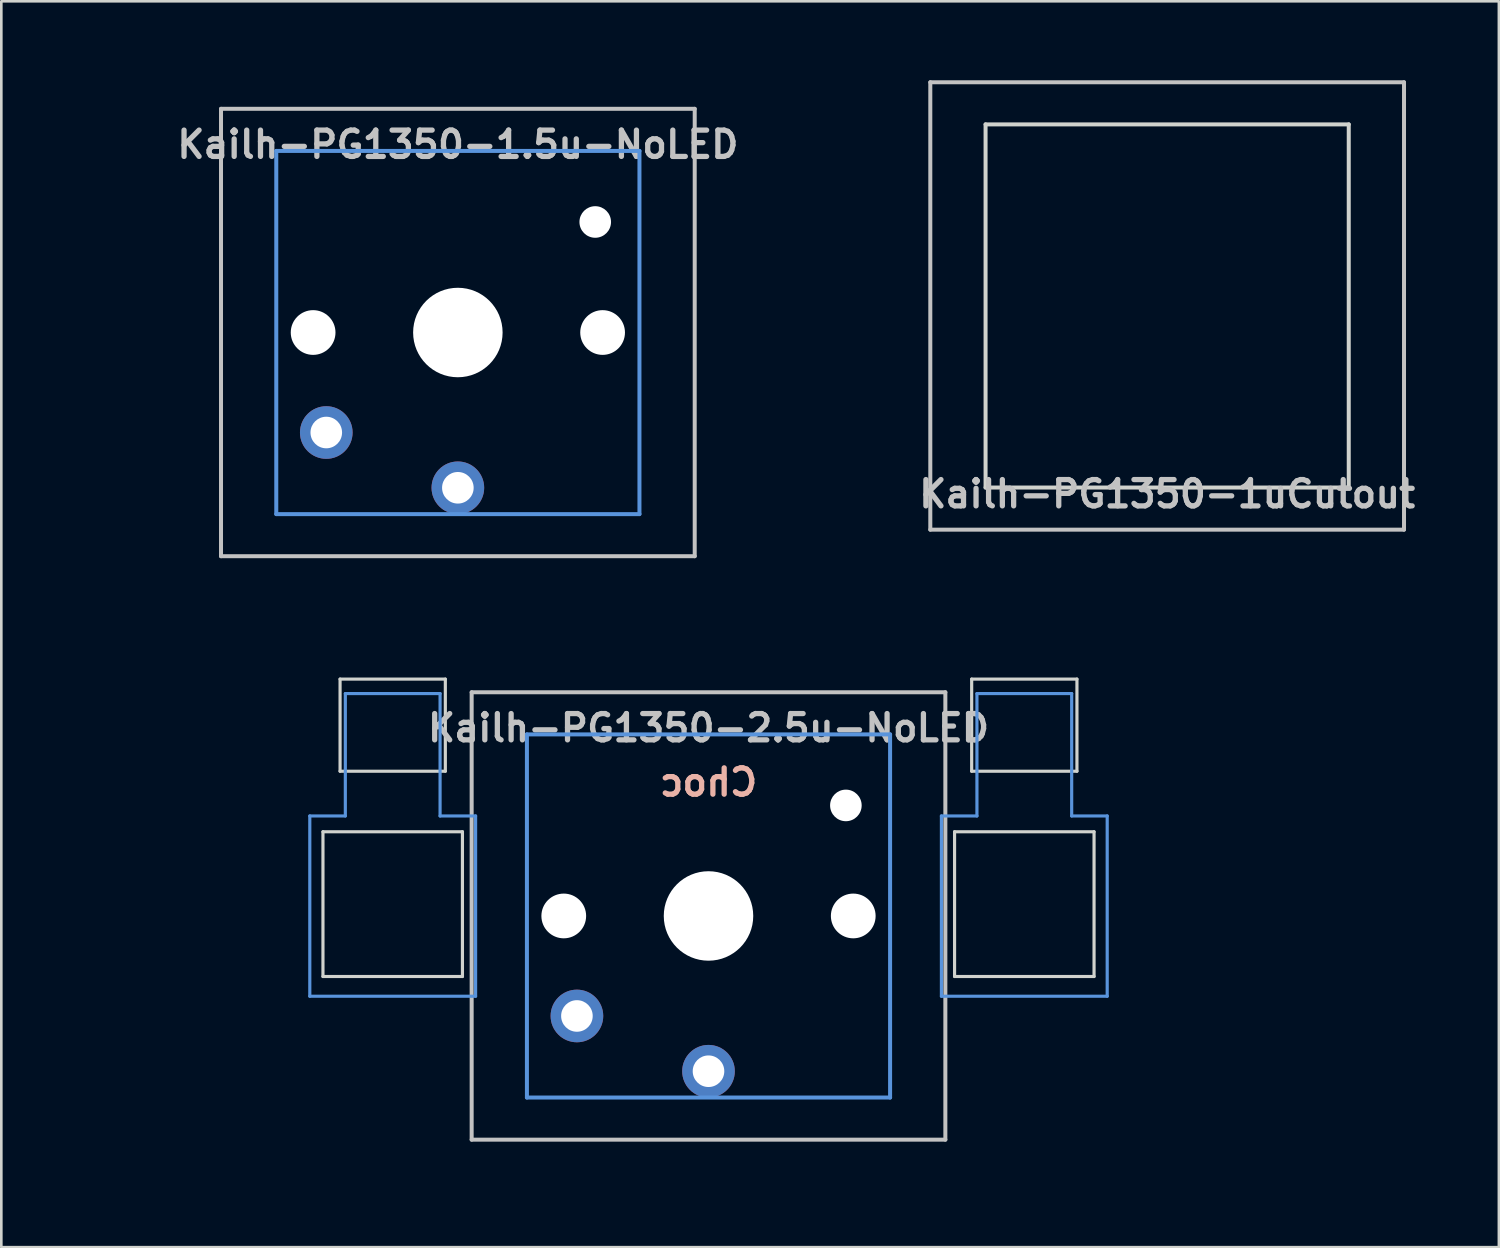
<source format=kicad_pcb>
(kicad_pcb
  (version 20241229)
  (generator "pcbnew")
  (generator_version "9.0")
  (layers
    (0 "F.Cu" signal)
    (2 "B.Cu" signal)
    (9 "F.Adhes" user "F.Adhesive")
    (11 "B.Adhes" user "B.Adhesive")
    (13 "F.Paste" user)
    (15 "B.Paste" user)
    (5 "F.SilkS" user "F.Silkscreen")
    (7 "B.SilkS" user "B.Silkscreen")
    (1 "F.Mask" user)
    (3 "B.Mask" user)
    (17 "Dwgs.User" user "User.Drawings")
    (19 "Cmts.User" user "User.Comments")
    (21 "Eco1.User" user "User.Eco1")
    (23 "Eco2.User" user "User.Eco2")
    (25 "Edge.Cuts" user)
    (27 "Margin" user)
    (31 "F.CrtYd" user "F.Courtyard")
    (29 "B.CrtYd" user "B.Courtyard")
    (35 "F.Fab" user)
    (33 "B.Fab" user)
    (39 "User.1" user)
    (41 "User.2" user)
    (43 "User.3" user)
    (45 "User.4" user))
  (footprint "Kailh-PG1350-1uCutout"
    (layer "F.Cu")
    (at 41.3 8.576)
    (property "Reference" "Kailh-PG1350-1uCutout" (at 0 7.144 0) (layer "Dwgs.User") (effects (font (size 1 1) (thickness 0.2))))
    (attr through_hole)
    (fp_line (start -9 -8.5) (end 9 -8.5) (stroke (width 0.152) (type solid)) (layer "Dwgs.User"))
    (fp_line (start -9 8.5) (end -9 -8.5) (stroke (width 0.152) (type solid)) (layer "Dwgs.User"))
    (fp_line (start 9 -8.5) (end 9 8.5) (stroke (width 0.152) (type solid)) (layer "Dwgs.User"))
    (fp_line (start 9 8.5) (end -9 8.5) (stroke (width 0.152) (type solid)) (layer "Dwgs.User"))
    (fp_line (start -6.9 -6.9) (end 6.9 -6.9) (stroke (width 0.152) (type solid)) (layer "Edge.Cuts"))
    (fp_line (start -6.9 6.9) (end -6.9 -6.9) (stroke (width 0.152) (type solid)) (layer "Edge.Cuts"))
    (fp_line (start 6.9 -6.9) (end 6.9 6.9) (stroke (width 0.152) (type solid)) (layer "Edge.Cuts"))
    (fp_line (start 6.9 6.9) (end -6.9 6.9) (stroke (width 0.152) (type solid)) (layer "Edge.Cuts")))
  (footprint "Kailh-PG1350-2.5u-NoLED"
    (layer "F.Cu")
    (at 23.872 31.755)
    (property "Reference" "Kailh-PG1350-2.5u-NoLED" (at 0 -7.144 180) (layer "Dwgs.User") (effects (font (size 1 1) (thickness 0.2))))
    (property "Value" "Choc" (at 0 -5.08 180) (layer "F.SilkS") (hide yes) (effects (font (size 1 1) (thickness 0.2))))
    (attr through_hole)
    (fp_line (start -9 -8.5) (end 9 -8.5) (stroke (width 0.152) (type solid)) (layer "Dwgs.User"))
    (fp_line (start -9 8.5) (end -9 -8.5) (stroke (width 0.152) (type solid)) (layer "Dwgs.User"))
    (fp_line (start 9 -8.5) (end 9 8.5) (stroke (width 0.152) (type solid)) (layer "Dwgs.User"))
    (fp_line (start 9 8.5) (end -9 8.5) (stroke (width 0.152) (type solid)) (layer "Dwgs.User"))
    (fp_line (start -15.15 -3.8) (end -13.8 -3.8) (stroke (width 0.12) (type solid)) (layer "Cmts.User"))
    (fp_line (start -15.15 3.05) (end -15.15 -3.8) (stroke (width 0.12) (type solid)) (layer "Cmts.User"))
    (fp_line (start -15.15 3.05) (end -8.85 3.05) (stroke (width 0.12) (type solid)) (layer "Cmts.User"))
    (fp_line (start -13.8 -8.45) (end -13.8 -3.8) (stroke (width 0.12) (type solid)) (layer "Cmts.User"))
    (fp_line (start -13.8 -8.45) (end -10.2 -8.45) (stroke (width 0.12) (type solid)) (layer "Cmts.User"))
    (fp_line (start -10.2 -8.45) (end -10.2 -3.8) (stroke (width 0.12) (type solid)) (layer "Cmts.User"))
    (fp_line (start -10.2 -3.8) (end -8.85 -3.8) (stroke (width 0.12) (type solid)) (layer "Cmts.User"))
    (fp_line (start -8.85 3.05) (end -8.85 -3.8) (stroke (width 0.12) (type solid)) (layer "Cmts.User"))
    (fp_line (start -6.9 -6.9) (end 6.9 -6.9) (stroke (width 0.152) (type solid)) (layer "Cmts.User"))
    (fp_line (start -6.9 6.9) (end -6.9 -6.9) (stroke (width 0.152) (type solid)) (layer "Cmts.User"))
    (fp_line (start 6.9 -6.9) (end 6.9 6.9) (stroke (width 0.152) (type solid)) (layer "Cmts.User"))
    (fp_line (start 6.9 6.9) (end -6.9 6.9) (stroke (width 0.152) (type solid)) (layer "Cmts.User"))
    (fp_line (start 8.85 -3.8) (end 10.2 -3.8) (stroke (width 0.12) (type solid)) (layer "Cmts.User"))
    (fp_line (start 8.85 3.05) (end 8.85 -3.8) (stroke (width 0.12) (type solid)) (layer "Cmts.User"))
    (fp_line (start 8.85 3.05) (end 15.15 3.05) (stroke (width 0.12) (type solid)) (layer "Cmts.User"))
    (fp_line (start 10.2 -8.45) (end 10.2 -3.8) (stroke (width 0.12) (type solid)) (layer "Cmts.User"))
    (fp_line (start 10.2 -8.45) (end 13.8 -8.45) (stroke (width 0.12) (type solid)) (layer "Cmts.User"))
    (fp_line (start 13.8 -8.45) (end 13.8 -3.8) (stroke (width 0.12) (type solid)) (layer "Cmts.User"))
    (fp_line (start 13.8 -3.8) (end 15.15 -3.8) (stroke (width 0.12) (type solid)) (layer "Cmts.User"))
    (fp_line (start 15.15 3.05) (end 15.15 -3.8) (stroke (width 0.12) (type solid)) (layer "Cmts.User"))
    (fp_line (start -23.812 -9.525) (end -23.812 9.525) (stroke (width 0.12) (type solid)) (layer "Eco1.User"))
    (fp_line (start -23.812 -9.525) (end 23.812 -9.525) (stroke (width 0.12) (type solid)) (layer "Eco1.User"))
    (fp_line (start -23.812 9.525) (end 23.812 9.525) (stroke (width 0.12) (type solid)) (layer "Eco1.User"))
    (fp_line (start 23.812 -9.525) (end 23.812 9.525) (stroke (width 0.12) (type solid)) (layer "Eco1.User"))
    (fp_line (start -7.5 -7.5) (end 7.5 -7.5) (stroke (width 0.152) (type solid)) (layer "Eco2.User"))
    (fp_line (start -7.5 7.5) (end -7.5 -7.5) (stroke (width 0.152) (type solid)) (layer "Eco2.User"))
    (fp_line (start 7.5 -7.5) (end 7.5 7.5) (stroke (width 0.152) (type solid)) (layer "Eco2.User"))
    (fp_line (start 7.5 7.5) (end -7.5 7.5) (stroke (width 0.152) (type solid)) (layer "Eco2.User"))
    (fp_line (start -14.65 -3.2) (end -14.65 2.3) (stroke (width 0.12) (type solid)) (layer "Edge.Cuts"))
    (fp_line (start -14.65 -3.2) (end -9.35 -3.2) (stroke (width 0.12) (type solid)) (layer "Edge.Cuts"))
    (fp_line (start -14.65 2.3) (end -9.35 2.3) (stroke (width 0.12) (type solid)) (layer "Edge.Cuts"))
    (fp_line (start -14 -9) (end -14 -5.5) (stroke (width 0.12) (type solid)) (layer "Edge.Cuts"))
    (fp_line (start -14 -9) (end -10 -9) (stroke (width 0.12) (type solid)) (layer "Edge.Cuts"))
    (fp_line (start -14 -5.5) (end -10 -5.5) (stroke (width 0.12) (type solid)) (layer "Edge.Cuts"))
    (fp_line (start -10 -5.5) (end -10 -9) (stroke (width 0.12) (type solid)) (layer "Edge.Cuts"))
    (fp_line (start -9.35 2.3) (end -9.35 -3.2) (stroke (width 0.12) (type solid)) (layer "Edge.Cuts"))
    (fp_line (start 9.35 -3.2) (end 9.35 2.3) (stroke (width 0.12) (type solid)) (layer "Edge.Cuts"))
    (fp_line (start 9.35 -3.2) (end 14.65 -3.2) (stroke (width 0.12) (type solid)) (layer "Edge.Cuts"))
    (fp_line (start 9.35 2.3) (end 14.65 2.3) (stroke (width 0.12) (type solid)) (layer "Edge.Cuts"))
    (fp_line (start 10 -9) (end 10 -5.5) (stroke (width 0.12) (type solid)) (layer "Edge.Cuts"))
    (fp_line (start 10 -9) (end 14 -9) (stroke (width 0.12) (type solid)) (layer "Edge.Cuts"))
    (fp_line (start 10 -5.5) (end 14 -5.5) (stroke (width 0.12) (type solid)) (layer "Edge.Cuts"))
    (fp_line (start 14 -5.5) (end 14 -9) (stroke (width 0.12) (type solid)) (layer "Edge.Cuts"))
    (fp_line (start 14.65 2.3) (end 14.65 -3.2) (stroke (width 0.12) (type solid)) (layer "Edge.Cuts"))
    (fp_text user "${VALUE}" (at 0 -5.08 0) (layer "B.SilkS") (effects (font (size 1 1) (thickness 0.2)) (justify mirror)))
    (pad "" np_thru_hole circle (at -5.5 0 180) (size 1.7 1.7) (drill 1.7) (layers "*.Cu" "*.Mask"))
    (pad "" np_thru_hole circle (at 0 0 180) (size 3.4 3.4) (drill 3.4) (layers "*.Cu" "*.Mask"))
    (pad "" np_thru_hole circle (at 5.22 -4.2 180) (size 1.2 1.2) (drill 1.2) (layers "*.Cu" "*.Mask"))
    (pad "" np_thru_hole circle (at 5.5 0 180) (size 1.7 1.7) (drill 1.7) (layers "*.Cu" "*.Mask"))
    (pad "1" thru_hole circle (at 0 5.9 180) (size 2 2) (drill 1.2) (layers "*.Cu" "*.Mask"))
    (pad "2" thru_hole circle (at -5 3.8 41.9) (size 2 2) (drill 1.2) (layers "*.Cu" "*.Mask")))
  (footprint "Kailh-PG1350-1.5u-NoLED"
    (layer "F.Cu")
    (at 14.348 9.585)
    (property "Reference" "Kailh-PG1350-1.5u-NoLED" (at 0 -7.144 180) (layer "Dwgs.User") (effects (font (size 1 1) (thickness 0.2))))
    (attr through_hole)
    (fp_line (start -9 -8.5) (end 9 -8.5) (stroke (width 0.152) (type solid)) (layer "Dwgs.User"))
    (fp_line (start -9 8.5) (end -9 -8.5) (stroke (width 0.152) (type solid)) (layer "Dwgs.User"))
    (fp_line (start 9 -8.5) (end 9 8.5) (stroke (width 0.152) (type solid)) (layer "Dwgs.User"))
    (fp_line (start 9 8.5) (end -9 8.5) (stroke (width 0.152) (type solid)) (layer "Dwgs.User"))
    (fp_line (start -6.9 -6.9) (end 6.9 -6.9) (stroke (width 0.152) (type solid)) (layer "Cmts.User"))
    (fp_line (start -6.9 6.9) (end -6.9 -6.9) (stroke (width 0.152) (type solid)) (layer "Cmts.User"))
    (fp_line (start 6.9 -6.9) (end 6.9 6.9) (stroke (width 0.152) (type solid)) (layer "Cmts.User"))
    (fp_line (start 6.9 6.9) (end -6.9 6.9) (stroke (width 0.152) (type solid)) (layer "Cmts.User"))
    (fp_line (start -14.287 -9.525) (end -14.287 9.525) (stroke (width 0.12) (type solid)) (layer "Eco1.User"))
    (fp_line (start -14.287 -9.525) (end 14.287 -9.525) (stroke (width 0.12) (type solid)) (layer "Eco1.User"))
    (fp_line (start -14.287 9.525) (end 14.287 9.525) (stroke (width 0.12) (type solid)) (layer "Eco1.User"))
    (fp_line (start 14.287 -9.525) (end 14.287 9.525) (stroke (width 0.12) (type solid)) (layer "Eco1.User"))
    (fp_line (start -7.5 -7.5) (end 7.5 -7.5) (stroke (width 0.152) (type solid)) (layer "Eco2.User"))
    (fp_line (start -7.5 7.5) (end -7.5 -7.5) (stroke (width 0.152) (type solid)) (layer "Eco2.User"))
    (fp_line (start 7.5 -7.5) (end 7.5 7.5) (stroke (width 0.152) (type solid)) (layer "Eco2.User"))
    (fp_line (start 7.5 7.5) (end -7.5 7.5) (stroke (width 0.152) (type solid)) (layer "Eco2.User"))
    (pad "" np_thru_hole circle (at -5.5 0 180) (size 1.7 1.7) (drill 1.7) (layers "*.Cu" "*.Mask"))
    (pad "" np_thru_hole circle (at 0 0 180) (size 3.4 3.4) (drill 3.4) (layers "*.Cu" "*.Mask"))
    (pad "" np_thru_hole circle (at 5.22 -4.2 180) (size 1.2 1.2) (drill 1.2) (layers "*.Cu" "*.Mask"))
    (pad "" np_thru_hole circle (at 5.5 0 180) (size 1.7 1.7) (drill 1.7) (layers "*.Cu" "*.Mask"))
    (pad "1" thru_hole circle (at 0 5.9 180) (size 2 2) (drill 1.2) (layers "*.Cu" "*.Mask"))
    (pad "2" thru_hole circle (at -5 3.8 41.9) (size 2 2) (drill 1.2) (layers "*.Cu" "*.Mask")))
  (gr_rect
    (start -3 -3)
    (end 53.905 44.34)
    (stroke (width 0.1) (type default))
    (fill no)
    (layer "Edge.Cuts")))
</source>
